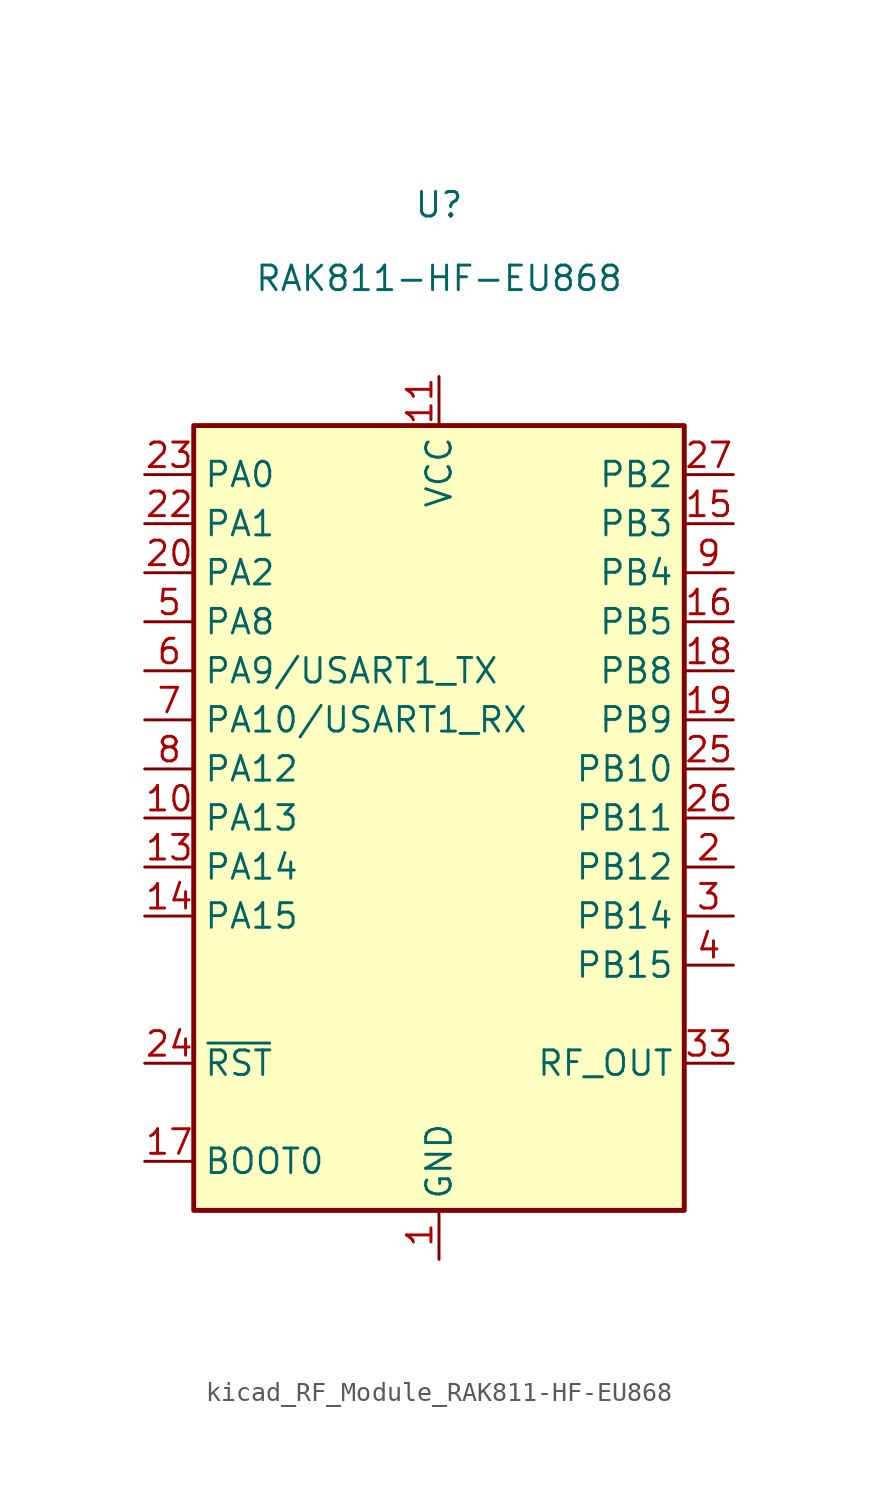
<source format=kicad_sym>
(kicad_symbol_lib
  (version 20220914)
  (generator kicad_symbol_editor)
  (symbol "kicad_RF_Module_RAK811-HF-EU868"
    (property "Reference" "U"
      (at 0 31.75 0)
      (effects (font (size 1.27 1.27))))
    (property "Value" "RAK811-HF-EU868"
      (at 0 27.94 0)
      (effects (font (size 1.27 1.27))))
    (symbol "kicad_RF_Module_RAK811-HF-EU868_0_0"
      (pin power_in line (at 0 -22.86 90) (length 2.54) (name "GND" (effects (font (size 1.27 1.27)))) (number "1" (effects (font (size 1.27 1.27)))))
      (pin bidirectional line (at -15.24 0 0) (length 2.54) (name "PA13" (effects (font (size 1.27 1.27)))) (number "10" (effects (font (size 1.27 1.27)))))
      (pin power_in line (at 0 22.86 270) (length 2.54) (name "VCC" (effects (font (size 1.27 1.27)))) (number "11" (effects (font (size 1.27 1.27)))))
      (pin passive line (at 0 -22.86 90) (length 2.54) hide (name "GND" (effects (font (size 1.27 1.27)))) (number "12" (effects (font (size 1.27 1.27)))))
      (pin bidirectional line (at -15.24 -2.54 0) (length 2.54) (name "PA14" (effects (font (size 1.27 1.27)))) (number "13" (effects (font (size 1.27 1.27)))))
      (pin bidirectional line (at -15.24 -5.08 0) (length 2.54) (name "PA15" (effects (font (size 1.27 1.27)))) (number "14" (effects (font (size 1.27 1.27)))))
      (pin bidirectional line (at 15.24 15.24 180) (length 2.54) (name "PB3" (effects (font (size 1.27 1.27)))) (number "15" (effects (font (size 1.27 1.27)))))
      (pin bidirectional line (at 15.24 10.16 180) (length 2.54) (name "PB5" (effects (font (size 1.27 1.27)))) (number "16" (effects (font (size 1.27 1.27)))))
      (pin input line (at -15.24 -17.78 0) (length 2.54) (name "BOOT0" (effects (font (size 1.27 1.27)))) (number "17" (effects (font (size 1.27 1.27)))))
      (pin bidirectional line (at 15.24 7.62 180) (length 2.54) (name "PB8" (effects (font (size 1.27 1.27)))) (number "18" (effects (font (size 1.27 1.27)))))
      (pin bidirectional line (at 15.24 5.08 180) (length 2.54) (name "PB9" (effects (font (size 1.27 1.27)))) (number "19" (effects (font (size 1.27 1.27)))))
      (pin bidirectional line (at 15.24 -2.54 180) (length 2.54) (name "PB12" (effects (font (size 1.27 1.27)))) (number "2" (effects (font (size 1.27 1.27)))))
      (pin bidirectional line (at -15.24 12.7 0) (length 2.54) (name "PA2" (effects (font (size 1.27 1.27)))) (number "20" (effects (font (size 1.27 1.27)))))
      (pin passive line (at 0 -22.86 90) (length 2.54) hide (name "GND" (effects (font (size 1.27 1.27)))) (number "21" (effects (font (size 1.27 1.27)))))
      (pin bidirectional line (at -15.24 15.24 0) (length 2.54) (name "PA1" (effects (font (size 1.27 1.27)))) (number "22" (effects (font (size 1.27 1.27)))))
      (pin bidirectional line (at -15.24 17.78 0) (length 2.54) (name "PA0" (effects (font (size 1.27 1.27)))) (number "23" (effects (font (size 1.27 1.27)))))
      (pin input line (at -15.24 -12.7 0) (length 2.54) (name "~{RST}" (effects (font (size 1.27 1.27)))) (number "24" (effects (font (size 1.27 1.27)))))
      (pin bidirectional line (at 15.24 2.54 180) (length 2.54) (name "PB10" (effects (font (size 1.27 1.27)))) (number "25" (effects (font (size 1.27 1.27)))))
      (pin bidirectional line (at 15.24 0 180) (length 2.54) (name "PB11" (effects (font (size 1.27 1.27)))) (number "26" (effects (font (size 1.27 1.27)))))
      (pin bidirectional line (at 15.24 17.78 180) (length 2.54) (name "PB2" (effects (font (size 1.27 1.27)))) (number "27" (effects (font (size 1.27 1.27)))))
      (pin passive line (at 0 -22.86 90) (length 2.54) hide (name "GND" (effects (font (size 1.27 1.27)))) (number "28" (effects (font (size 1.27 1.27)))))
      (pin passive line (at 0 -22.86 90) (length 2.54) hide (name "GND" (effects (font (size 1.27 1.27)))) (number "29" (effects (font (size 1.27 1.27)))))
      (pin bidirectional line (at 15.24 -5.08 180) (length 2.54) (name "PB14" (effects (font (size 1.27 1.27)))) (number "3" (effects (font (size 1.27 1.27)))))
      (pin passive line (at 0 -22.86 90) (length 2.54) hide (name "GND" (effects (font (size 1.27 1.27)))) (number "30" (effects (font (size 1.27 1.27)))))
      (pin passive line (at 0 -22.86 90) (length 2.54) hide (name "GND" (effects (font (size 1.27 1.27)))) (number "31" (effects (font (size 1.27 1.27)))))
      (pin passive line (at 0 -22.86 90) (length 2.54) hide (name "GND" (effects (font (size 1.27 1.27)))) (number "32" (effects (font (size 1.27 1.27)))))
      (pin passive line (at 15.24 -12.7 180) (length 2.54) (name "RF_OUT" (effects (font (size 1.27 1.27)))) (number "33" (effects (font (size 1.27 1.27)))))
      (pin passive line (at 0 -22.86 90) (length 2.54) hide (name "GND" (effects (font (size 1.27 1.27)))) (number "34" (effects (font (size 1.27 1.27)))))
      (pin bidirectional line (at 15.24 -7.62 180) (length 2.54) (name "PB15" (effects (font (size 1.27 1.27)))) (number "4" (effects (font (size 1.27 1.27)))))
      (pin bidirectional line (at -15.24 10.16 0) (length 2.54) (name "PA8" (effects (font (size 1.27 1.27)))) (number "5" (effects (font (size 1.27 1.27)))))
      (pin bidirectional line (at -15.24 7.62 0) (length 2.54) (name "PA9/USART1_TX" (effects (font (size 1.27 1.27)))) (number "6" (effects (font (size 1.27 1.27)))))
      (pin bidirectional line (at -15.24 5.08 0) (length 2.54) (name "PA10/USART1_RX" (effects (font (size 1.27 1.27)))) (number "7" (effects (font (size 1.27 1.27)))))
      (pin bidirectional line (at -15.24 2.54 0) (length 2.54) (name "PA12" (effects (font (size 1.27 1.27)))) (number "8" (effects (font (size 1.27 1.27)))))
      (pin bidirectional line (at 15.24 12.7 180) (length 2.54) (name "PB4" (effects (font (size 1.27 1.27)))) (number "9" (effects (font (size 1.27 1.27))))))
    (symbol "kicad_RF_Module_RAK811-HF-EU868_0_1"
      (rectangle (start 12.7 -20.32) (end -12.7 20.32) (stroke (width 0.254) (type default)) (fill (type background))))))
</source>
